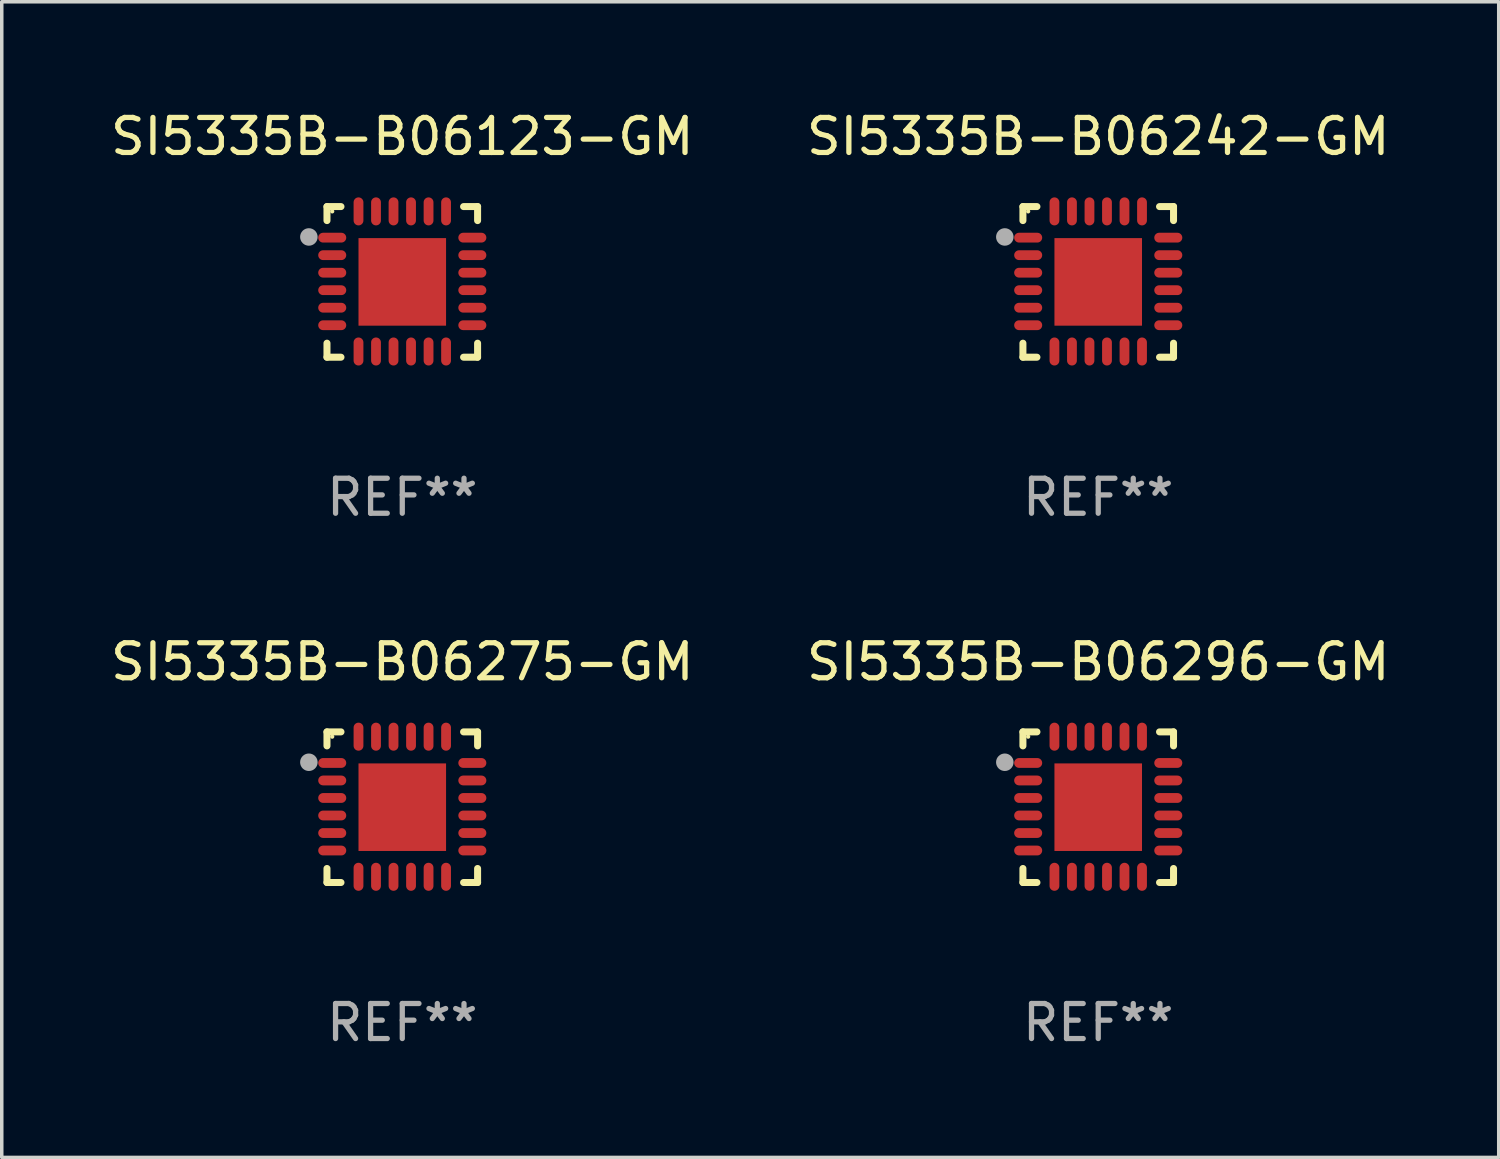
<source format=kicad_pcb>
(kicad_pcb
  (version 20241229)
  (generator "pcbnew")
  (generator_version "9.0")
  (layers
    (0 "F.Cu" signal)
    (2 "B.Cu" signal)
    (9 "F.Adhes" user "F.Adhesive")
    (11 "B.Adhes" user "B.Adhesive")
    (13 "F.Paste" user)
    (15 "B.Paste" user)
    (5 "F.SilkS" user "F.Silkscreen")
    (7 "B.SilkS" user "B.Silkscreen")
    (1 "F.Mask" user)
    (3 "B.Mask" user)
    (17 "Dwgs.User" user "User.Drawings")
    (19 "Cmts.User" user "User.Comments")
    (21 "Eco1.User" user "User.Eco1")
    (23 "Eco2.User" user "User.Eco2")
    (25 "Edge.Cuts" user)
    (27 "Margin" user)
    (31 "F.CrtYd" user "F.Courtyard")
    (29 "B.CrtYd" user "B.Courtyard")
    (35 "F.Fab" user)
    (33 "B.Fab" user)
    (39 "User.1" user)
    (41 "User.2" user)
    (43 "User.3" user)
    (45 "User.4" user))
  (footprint "SI5335B-B06275-GM"
    (layer "F.Cu")
    (at 8.435 19.995)
    (property "Reference" "SI5335B-B06275-GM" (at 0 -4.15 0) (layer "F.SilkS") (effects (font (size 1 1) (thickness 0.15))))
    (attr through_hole)
    (fp_line (start -2.15 -2.15) (end -1.75 -2.15) (stroke (width 0.2) (type solid)) (layer "F.SilkS"))
    (fp_line (start -2.15 -1.75) (end -2.15 -2.15) (stroke (width 0.2) (type solid)) (layer "F.SilkS"))
    (fp_line (start -2.15 2.15) (end -2.15 1.75) (stroke (width 0.2) (type solid)) (layer "F.SilkS"))
    (fp_line (start -1.75 2.15) (end -2.15 2.15) (stroke (width 0.2) (type solid)) (layer "F.SilkS"))
    (fp_line (start 1.75 -2.15) (end 2.15 -2.15) (stroke (width 0.2) (type solid)) (layer "F.SilkS"))
    (fp_line (start 1.75 2.15) (end 2.15 2.15) (stroke (width 0.2) (type solid)) (layer "F.SilkS"))
    (fp_line (start 2.15 -2.15) (end 2.15 -1.75) (stroke (width 0.2) (type solid)) (layer "F.SilkS"))
    (fp_line (start 2.15 2.15) (end 2.15 1.75) (stroke (width 0.2) (type solid)) (layer "F.SilkS"))
    (fp_circle (center -2 -2.013) (end -1.97 -2.013) (stroke (width 0.06) (type solid)) (fill no) (layer "F.SilkS"))
    (fp_circle (center -2.667 -1.283) (end -2.542 -1.283) (stroke (width 0.25) (type solid)) (fill no) (layer "F.Fab"))
    (fp_text user "REF**" (at 0 6.15 0) (layer "F.Fab") (effects (font (size 1 1) (thickness 0.15))))
    (pad "1" smd oval (at -2 -1.263) (size 0.8 0.28) (layers "F.Cu" "F.Mask" "F.Paste"))
    (pad "2" smd oval (at -2 -0.763) (size 0.8 0.28) (layers "F.Cu" "F.Mask" "F.Paste"))
    (pad "3" smd oval (at -2 -0.263) (size 0.8 0.28) (layers "F.Cu" "F.Mask" "F.Paste"))
    (pad "4" smd oval (at -2 0.237) (size 0.8 0.28) (layers "F.Cu" "F.Mask" "F.Paste"))
    (pad "5" smd oval (at -2 0.737) (size 0.8 0.28) (layers "F.Cu" "F.Mask" "F.Paste"))
    (pad "6" smd oval (at -2 1.237) (size 0.8 0.28) (layers "F.Cu" "F.Mask" "F.Paste"))
    (pad "7" smd oval (at -1.25 1.987) (size 0.28 0.8) (layers "F.Cu" "F.Mask" "F.Paste"))
    (pad "8" smd oval (at -0.75 1.987) (size 0.28 0.8) (layers "F.Cu" "F.Mask" "F.Paste"))
    (pad "9" smd oval (at -0.25 1.987) (size 0.28 0.8) (layers "F.Cu" "F.Mask" "F.Paste"))
    (pad "10" smd oval (at 0.25 1.987) (size 0.28 0.8) (layers "F.Cu" "F.Mask" "F.Paste"))
    (pad "11" smd oval (at 0.75 1.987) (size 0.28 0.8) (layers "F.Cu" "F.Mask" "F.Paste"))
    (pad "12" smd oval (at 1.25 1.987) (size 0.28 0.8) (layers "F.Cu" "F.Mask" "F.Paste"))
    (pad "13" smd oval (at 2 1.237) (size 0.8 0.28) (layers "F.Cu" "F.Mask" "F.Paste"))
    (pad "14" smd oval (at 2 0.737) (size 0.8 0.28) (layers "F.Cu" "F.Mask" "F.Paste"))
    (pad "15" smd oval (at 2 0.237) (size 0.8 0.28) (layers "F.Cu" "F.Mask" "F.Paste"))
    (pad "16" smd oval (at 2 -0.263) (size 0.8 0.28) (layers "F.Cu" "F.Mask" "F.Paste"))
    (pad "17" smd oval (at 2 -0.763) (size 0.8 0.28) (layers "F.Cu" "F.Mask" "F.Paste"))
    (pad "18" smd oval (at 2 -1.263) (size 0.8 0.28) (layers "F.Cu" "F.Mask" "F.Paste"))
    (pad "19" smd oval (at 1.25 -2.013) (size 0.28 0.8) (layers "F.Cu" "F.Mask" "F.Paste"))
    (pad "20" smd oval (at 0.75 -2.013) (size 0.28 0.8) (layers "F.Cu" "F.Mask" "F.Paste"))
    (pad "21" smd oval (at 0.25 -2.013) (size 0.28 0.8) (layers "F.Cu" "F.Mask" "F.Paste"))
    (pad "22" smd oval (at -0.25 -2.013) (size 0.28 0.8) (layers "F.Cu" "F.Mask" "F.Paste"))
    (pad "23" smd oval (at -0.75 -2.013) (size 0.28 0.8) (layers "F.Cu" "F.Mask" "F.Paste"))
    (pad "24" smd oval (at -1.25 -2.013) (size 0.28 0.8) (layers "F.Cu" "F.Mask" "F.Paste"))
    (pad "25" smd rect (at -0.000127 -0.00014) (size 2.5 2.5) (layers "F.Cu" "F.Mask" "F.Paste")))
  (footprint "SI5335B-B06296-GM"
    (layer "F.Cu")
    (at 28.304 19.995)
    (property "Reference" "SI5335B-B06296-GM" (at 0 -4.15 0) (layer "F.SilkS") (effects (font (size 1 1) (thickness 0.15))))
    (attr through_hole)
    (fp_line (start -2.15 -2.15) (end -1.75 -2.15) (stroke (width 0.2) (type solid)) (layer "F.SilkS"))
    (fp_line (start -2.15 -1.75) (end -2.15 -2.15) (stroke (width 0.2) (type solid)) (layer "F.SilkS"))
    (fp_line (start -2.15 2.15) (end -2.15 1.75) (stroke (width 0.2) (type solid)) (layer "F.SilkS"))
    (fp_line (start -1.75 2.15) (end -2.15 2.15) (stroke (width 0.2) (type solid)) (layer "F.SilkS"))
    (fp_line (start 1.75 -2.15) (end 2.15 -2.15) (stroke (width 0.2) (type solid)) (layer "F.SilkS"))
    (fp_line (start 1.75 2.15) (end 2.15 2.15) (stroke (width 0.2) (type solid)) (layer "F.SilkS"))
    (fp_line (start 2.15 -2.15) (end 2.15 -1.75) (stroke (width 0.2) (type solid)) (layer "F.SilkS"))
    (fp_line (start 2.15 2.15) (end 2.15 1.75) (stroke (width 0.2) (type solid)) (layer "F.SilkS"))
    (fp_circle (center -2 -2.013) (end -1.97 -2.013) (stroke (width 0.06) (type solid)) (fill no) (layer "F.SilkS"))
    (fp_circle (center -2.667 -1.283) (end -2.542 -1.283) (stroke (width 0.25) (type solid)) (fill no) (layer "F.Fab"))
    (fp_text user "REF**" (at 0 6.15 0) (layer "F.Fab") (effects (font (size 1 1) (thickness 0.15))))
    (pad "1" smd oval (at -2 -1.263) (size 0.8 0.28) (layers "F.Cu" "F.Mask" "F.Paste"))
    (pad "2" smd oval (at -2 -0.763) (size 0.8 0.28) (layers "F.Cu" "F.Mask" "F.Paste"))
    (pad "3" smd oval (at -2 -0.263) (size 0.8 0.28) (layers "F.Cu" "F.Mask" "F.Paste"))
    (pad "4" smd oval (at -2 0.237) (size 0.8 0.28) (layers "F.Cu" "F.Mask" "F.Paste"))
    (pad "5" smd oval (at -2 0.737) (size 0.8 0.28) (layers "F.Cu" "F.Mask" "F.Paste"))
    (pad "6" smd oval (at -2 1.237) (size 0.8 0.28) (layers "F.Cu" "F.Mask" "F.Paste"))
    (pad "7" smd oval (at -1.25 1.987) (size 0.28 0.8) (layers "F.Cu" "F.Mask" "F.Paste"))
    (pad "8" smd oval (at -0.75 1.987) (size 0.28 0.8) (layers "F.Cu" "F.Mask" "F.Paste"))
    (pad "9" smd oval (at -0.25 1.987) (size 0.28 0.8) (layers "F.Cu" "F.Mask" "F.Paste"))
    (pad "10" smd oval (at 0.25 1.987) (size 0.28 0.8) (layers "F.Cu" "F.Mask" "F.Paste"))
    (pad "11" smd oval (at 0.75 1.987) (size 0.28 0.8) (layers "F.Cu" "F.Mask" "F.Paste"))
    (pad "12" smd oval (at 1.25 1.987) (size 0.28 0.8) (layers "F.Cu" "F.Mask" "F.Paste"))
    (pad "13" smd oval (at 2 1.237) (size 0.8 0.28) (layers "F.Cu" "F.Mask" "F.Paste"))
    (pad "14" smd oval (at 2 0.737) (size 0.8 0.28) (layers "F.Cu" "F.Mask" "F.Paste"))
    (pad "15" smd oval (at 2 0.237) (size 0.8 0.28) (layers "F.Cu" "F.Mask" "F.Paste"))
    (pad "16" smd oval (at 2 -0.263) (size 0.8 0.28) (layers "F.Cu" "F.Mask" "F.Paste"))
    (pad "17" smd oval (at 2 -0.763) (size 0.8 0.28) (layers "F.Cu" "F.Mask" "F.Paste"))
    (pad "18" smd oval (at 2 -1.263) (size 0.8 0.28) (layers "F.Cu" "F.Mask" "F.Paste"))
    (pad "19" smd oval (at 1.25 -2.013) (size 0.28 0.8) (layers "F.Cu" "F.Mask" "F.Paste"))
    (pad "20" smd oval (at 0.75 -2.013) (size 0.28 0.8) (layers "F.Cu" "F.Mask" "F.Paste"))
    (pad "21" smd oval (at 0.25 -2.013) (size 0.28 0.8) (layers "F.Cu" "F.Mask" "F.Paste"))
    (pad "22" smd oval (at -0.25 -2.013) (size 0.28 0.8) (layers "F.Cu" "F.Mask" "F.Paste"))
    (pad "23" smd oval (at -0.75 -2.013) (size 0.28 0.8) (layers "F.Cu" "F.Mask" "F.Paste"))
    (pad "24" smd oval (at -1.25 -2.013) (size 0.28 0.8) (layers "F.Cu" "F.Mask" "F.Paste"))
    (pad "25" smd rect (at -0.000127 -0.00014) (size 2.5 2.5) (layers "F.Cu" "F.Mask" "F.Paste")))
  (footprint "SI5335B-B06123-GM"
    (layer "F.Cu")
    (at 8.435 4.998)
    (property "Reference" "SI5335B-B06123-GM" (at 0 -4.15 0) (layer "F.SilkS") (effects (font (size 1 1) (thickness 0.15))))
    (attr through_hole)
    (fp_line (start -2.15 -2.15) (end -1.75 -2.15) (stroke (width 0.2) (type solid)) (layer "F.SilkS"))
    (fp_line (start -2.15 -1.75) (end -2.15 -2.15) (stroke (width 0.2) (type solid)) (layer "F.SilkS"))
    (fp_line (start -2.15 2.15) (end -2.15 1.75) (stroke (width 0.2) (type solid)) (layer "F.SilkS"))
    (fp_line (start -1.75 2.15) (end -2.15 2.15) (stroke (width 0.2) (type solid)) (layer "F.SilkS"))
    (fp_line (start 1.75 -2.15) (end 2.15 -2.15) (stroke (width 0.2) (type solid)) (layer "F.SilkS"))
    (fp_line (start 1.75 2.15) (end 2.15 2.15) (stroke (width 0.2) (type solid)) (layer "F.SilkS"))
    (fp_line (start 2.15 -2.15) (end 2.15 -1.75) (stroke (width 0.2) (type solid)) (layer "F.SilkS"))
    (fp_line (start 2.15 2.15) (end 2.15 1.75) (stroke (width 0.2) (type solid)) (layer "F.SilkS"))
    (fp_circle (center -2 -2.013) (end -1.97 -2.013) (stroke (width 0.06) (type solid)) (fill no) (layer "F.SilkS"))
    (fp_circle (center -2.667 -1.283) (end -2.542 -1.283) (stroke (width 0.25) (type solid)) (fill no) (layer "F.Fab"))
    (fp_text user "REF**" (at 0 6.15 0) (layer "F.Fab") (effects (font (size 1 1) (thickness 0.15))))
    (pad "1" smd oval (at -2 -1.263) (size 0.8 0.28) (layers "F.Cu" "F.Mask" "F.Paste"))
    (pad "2" smd oval (at -2 -0.763) (size 0.8 0.28) (layers "F.Cu" "F.Mask" "F.Paste"))
    (pad "3" smd oval (at -2 -0.263) (size 0.8 0.28) (layers "F.Cu" "F.Mask" "F.Paste"))
    (pad "4" smd oval (at -2 0.237) (size 0.8 0.28) (layers "F.Cu" "F.Mask" "F.Paste"))
    (pad "5" smd oval (at -2 0.737) (size 0.8 0.28) (layers "F.Cu" "F.Mask" "F.Paste"))
    (pad "6" smd oval (at -2 1.237) (size 0.8 0.28) (layers "F.Cu" "F.Mask" "F.Paste"))
    (pad "7" smd oval (at -1.25 1.987) (size 0.28 0.8) (layers "F.Cu" "F.Mask" "F.Paste"))
    (pad "8" smd oval (at -0.75 1.987) (size 0.28 0.8) (layers "F.Cu" "F.Mask" "F.Paste"))
    (pad "9" smd oval (at -0.25 1.987) (size 0.28 0.8) (layers "F.Cu" "F.Mask" "F.Paste"))
    (pad "10" smd oval (at 0.25 1.987) (size 0.28 0.8) (layers "F.Cu" "F.Mask" "F.Paste"))
    (pad "11" smd oval (at 0.75 1.987) (size 0.28 0.8) (layers "F.Cu" "F.Mask" "F.Paste"))
    (pad "12" smd oval (at 1.25 1.987) (size 0.28 0.8) (layers "F.Cu" "F.Mask" "F.Paste"))
    (pad "13" smd oval (at 2 1.237) (size 0.8 0.28) (layers "F.Cu" "F.Mask" "F.Paste"))
    (pad "14" smd oval (at 2 0.737) (size 0.8 0.28) (layers "F.Cu" "F.Mask" "F.Paste"))
    (pad "15" smd oval (at 2 0.237) (size 0.8 0.28) (layers "F.Cu" "F.Mask" "F.Paste"))
    (pad "16" smd oval (at 2 -0.263) (size 0.8 0.28) (layers "F.Cu" "F.Mask" "F.Paste"))
    (pad "17" smd oval (at 2 -0.763) (size 0.8 0.28) (layers "F.Cu" "F.Mask" "F.Paste"))
    (pad "18" smd oval (at 2 -1.263) (size 0.8 0.28) (layers "F.Cu" "F.Mask" "F.Paste"))
    (pad "19" smd oval (at 1.25 -2.013) (size 0.28 0.8) (layers "F.Cu" "F.Mask" "F.Paste"))
    (pad "20" smd oval (at 0.75 -2.013) (size 0.28 0.8) (layers "F.Cu" "F.Mask" "F.Paste"))
    (pad "21" smd oval (at 0.25 -2.013) (size 0.28 0.8) (layers "F.Cu" "F.Mask" "F.Paste"))
    (pad "22" smd oval (at -0.25 -2.013) (size 0.28 0.8) (layers "F.Cu" "F.Mask" "F.Paste"))
    (pad "23" smd oval (at -0.75 -2.013) (size 0.28 0.8) (layers "F.Cu" "F.Mask" "F.Paste"))
    (pad "24" smd oval (at -1.25 -2.013) (size 0.28 0.8) (layers "F.Cu" "F.Mask" "F.Paste"))
    (pad "25" smd rect (at -0.000127 -0.00014) (size 2.5 2.5) (layers "F.Cu" "F.Mask" "F.Paste")))
  (footprint "SI5335B-B06242-GM"
    (layer "F.Cu")
    (at 28.304 4.998)
    (property "Reference" "SI5335B-B06242-GM" (at 0 -4.15 0) (layer "F.SilkS") (effects (font (size 1 1) (thickness 0.15))))
    (attr through_hole)
    (fp_line (start -2.15 -2.15) (end -1.75 -2.15) (stroke (width 0.2) (type solid)) (layer "F.SilkS"))
    (fp_line (start -2.15 -1.75) (end -2.15 -2.15) (stroke (width 0.2) (type solid)) (layer "F.SilkS"))
    (fp_line (start -2.15 2.15) (end -2.15 1.75) (stroke (width 0.2) (type solid)) (layer "F.SilkS"))
    (fp_line (start -1.75 2.15) (end -2.15 2.15) (stroke (width 0.2) (type solid)) (layer "F.SilkS"))
    (fp_line (start 1.75 -2.15) (end 2.15 -2.15) (stroke (width 0.2) (type solid)) (layer "F.SilkS"))
    (fp_line (start 1.75 2.15) (end 2.15 2.15) (stroke (width 0.2) (type solid)) (layer "F.SilkS"))
    (fp_line (start 2.15 -2.15) (end 2.15 -1.75) (stroke (width 0.2) (type solid)) (layer "F.SilkS"))
    (fp_line (start 2.15 2.15) (end 2.15 1.75) (stroke (width 0.2) (type solid)) (layer "F.SilkS"))
    (fp_circle (center -2 -2.013) (end -1.97 -2.013) (stroke (width 0.06) (type solid)) (fill no) (layer "F.SilkS"))
    (fp_circle (center -2.667 -1.283) (end -2.542 -1.283) (stroke (width 0.25) (type solid)) (fill no) (layer "F.Fab"))
    (fp_text user "REF**" (at 0 6.15 0) (layer "F.Fab") (effects (font (size 1 1) (thickness 0.15))))
    (pad "1" smd oval (at -2 -1.263) (size 0.8 0.28) (layers "F.Cu" "F.Mask" "F.Paste"))
    (pad "2" smd oval (at -2 -0.763) (size 0.8 0.28) (layers "F.Cu" "F.Mask" "F.Paste"))
    (pad "3" smd oval (at -2 -0.263) (size 0.8 0.28) (layers "F.Cu" "F.Mask" "F.Paste"))
    (pad "4" smd oval (at -2 0.237) (size 0.8 0.28) (layers "F.Cu" "F.Mask" "F.Paste"))
    (pad "5" smd oval (at -2 0.737) (size 0.8 0.28) (layers "F.Cu" "F.Mask" "F.Paste"))
    (pad "6" smd oval (at -2 1.237) (size 0.8 0.28) (layers "F.Cu" "F.Mask" "F.Paste"))
    (pad "7" smd oval (at -1.25 1.987) (size 0.28 0.8) (layers "F.Cu" "F.Mask" "F.Paste"))
    (pad "8" smd oval (at -0.75 1.987) (size 0.28 0.8) (layers "F.Cu" "F.Mask" "F.Paste"))
    (pad "9" smd oval (at -0.25 1.987) (size 0.28 0.8) (layers "F.Cu" "F.Mask" "F.Paste"))
    (pad "10" smd oval (at 0.25 1.987) (size 0.28 0.8) (layers "F.Cu" "F.Mask" "F.Paste"))
    (pad "11" smd oval (at 0.75 1.987) (size 0.28 0.8) (layers "F.Cu" "F.Mask" "F.Paste"))
    (pad "12" smd oval (at 1.25 1.987) (size 0.28 0.8) (layers "F.Cu" "F.Mask" "F.Paste"))
    (pad "13" smd oval (at 2 1.237) (size 0.8 0.28) (layers "F.Cu" "F.Mask" "F.Paste"))
    (pad "14" smd oval (at 2 0.737) (size 0.8 0.28) (layers "F.Cu" "F.Mask" "F.Paste"))
    (pad "15" smd oval (at 2 0.237) (size 0.8 0.28) (layers "F.Cu" "F.Mask" "F.Paste"))
    (pad "16" smd oval (at 2 -0.263) (size 0.8 0.28) (layers "F.Cu" "F.Mask" "F.Paste"))
    (pad "17" smd oval (at 2 -0.763) (size 0.8 0.28) (layers "F.Cu" "F.Mask" "F.Paste"))
    (pad "18" smd oval (at 2 -1.263) (size 0.8 0.28) (layers "F.Cu" "F.Mask" "F.Paste"))
    (pad "19" smd oval (at 1.25 -2.013) (size 0.28 0.8) (layers "F.Cu" "F.Mask" "F.Paste"))
    (pad "20" smd oval (at 0.75 -2.013) (size 0.28 0.8) (layers "F.Cu" "F.Mask" "F.Paste"))
    (pad "21" smd oval (at 0.25 -2.013) (size 0.28 0.8) (layers "F.Cu" "F.Mask" "F.Paste"))
    (pad "22" smd oval (at -0.25 -2.013) (size 0.28 0.8) (layers "F.Cu" "F.Mask" "F.Paste"))
    (pad "23" smd oval (at -0.75 -2.013) (size 0.28 0.8) (layers "F.Cu" "F.Mask" "F.Paste"))
    (pad "24" smd oval (at -1.25 -2.013) (size 0.28 0.8) (layers "F.Cu" "F.Mask" "F.Paste"))
    (pad "25" smd rect (at -0.000127 -0.00014) (size 2.5 2.5) (layers "F.Cu" "F.Mask" "F.Paste")))
  (gr_rect
    (start -3 -3)
    (end 39.738 29.993)
    (stroke (width 0.1) (type default))
    (fill no)
    (layer "Edge.Cuts")))
</source>
